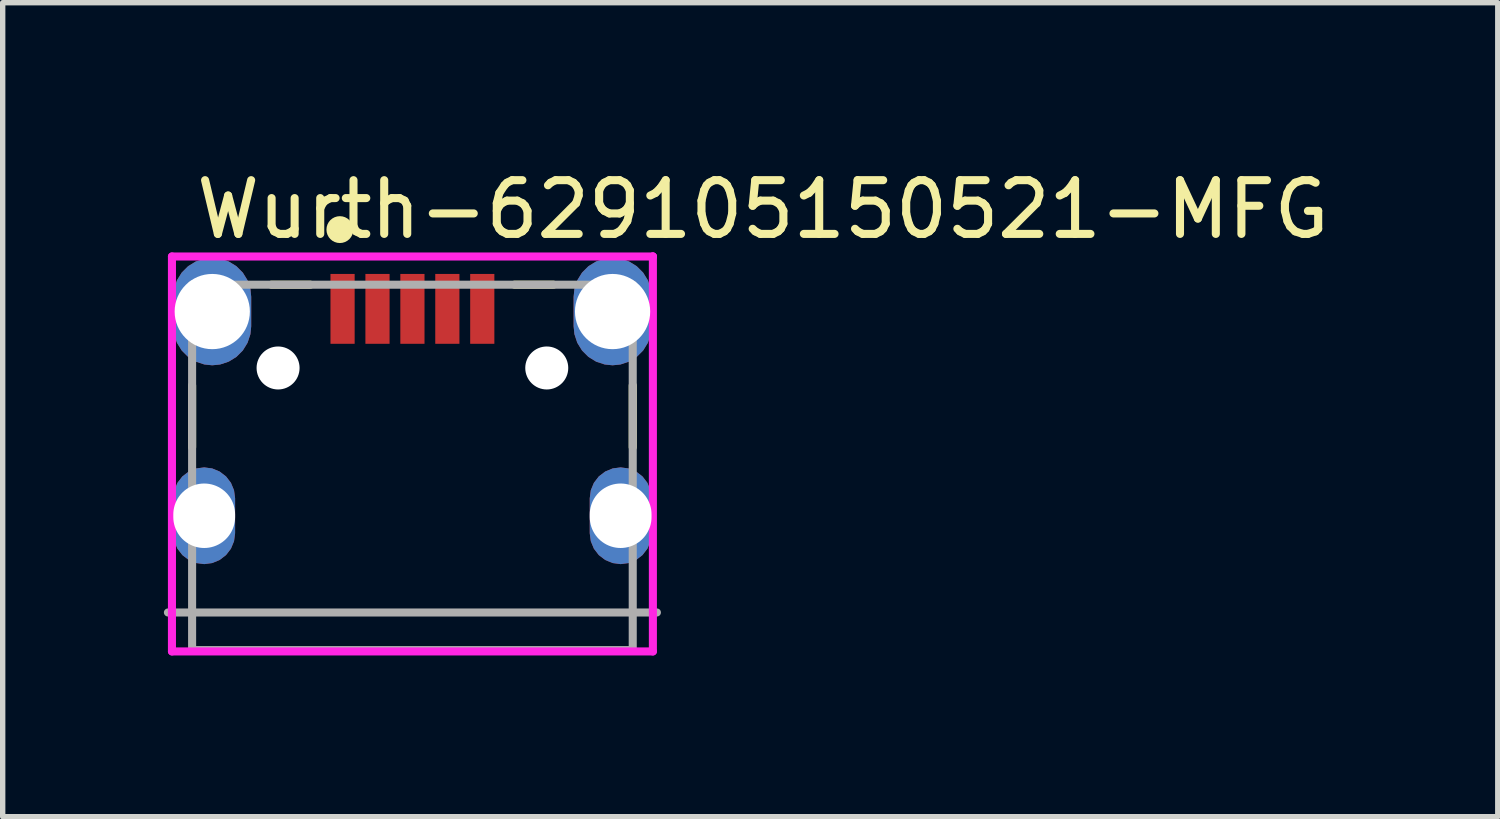
<source format=kicad_pcb>
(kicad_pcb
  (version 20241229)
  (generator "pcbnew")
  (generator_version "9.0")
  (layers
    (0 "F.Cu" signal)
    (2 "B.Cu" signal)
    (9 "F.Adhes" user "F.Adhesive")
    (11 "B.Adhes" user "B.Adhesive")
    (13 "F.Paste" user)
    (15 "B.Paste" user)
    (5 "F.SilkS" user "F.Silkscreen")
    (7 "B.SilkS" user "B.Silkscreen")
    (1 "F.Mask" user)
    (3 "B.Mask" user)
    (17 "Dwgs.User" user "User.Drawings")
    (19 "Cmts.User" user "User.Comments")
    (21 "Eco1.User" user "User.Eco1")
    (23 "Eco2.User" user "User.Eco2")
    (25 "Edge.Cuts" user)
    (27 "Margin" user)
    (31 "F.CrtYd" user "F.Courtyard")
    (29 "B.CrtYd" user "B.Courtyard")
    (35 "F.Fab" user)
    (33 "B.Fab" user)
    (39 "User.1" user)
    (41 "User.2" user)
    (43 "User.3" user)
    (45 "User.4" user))
  (footprint "Wurth-629105150521-MFG"
    (layer "F.Cu")
    (at 4.625 5.648)
    (property "Reference" "Wurth-629105150521-MFG" (at -4.1 -4.8 0) (layer "F.SilkS") (effects (font (size 1 1) (thickness 0.15)) (justify left)))
    (attr through_hole)
    (fp_line (start -4.1 -0.375) (end -4.1 -1.525) (stroke (width 0.15) (type solid)) (layer "F.SilkS"))
    (fp_line (start -2.625 -3.4) (end -1.9 -3.4) (stroke (width 0.15) (type solid)) (layer "F.SilkS"))
    (fp_line (start 1.9 -3.4) (end 2.625 -3.4) (stroke (width 0.15) (type solid)) (layer "F.SilkS"))
    (fp_line (start 4.1 -0.375) (end 4.1 -1.525) (stroke (width 0.15) (type solid)) (layer "F.SilkS"))
    (fp_circle (center -1.35 -4.425) (end -1.225 -4.425) (stroke (width 0.25) (type solid)) (fill no) (layer "F.SilkS"))
    (fp_line (start -4.475 -3.925) (end -4.475 3.425) (stroke (width 0.15) (type solid)) (layer "F.CrtYd"))
    (fp_line (start -4.475 3.425) (end 4.475 3.425) (stroke (width 0.15) (type solid)) (layer "F.CrtYd"))
    (fp_line (start 4.475 -3.925) (end -4.475 -3.925) (stroke (width 0.15) (type solid)) (layer "F.CrtYd"))
    (fp_line (start 4.475 -3.925) (end 4.475 -3.925) (stroke (width 0.15) (type solid)) (layer "F.CrtYd"))
    (fp_line (start 4.475 3.425) (end 4.475 -3.925) (stroke (width 0.15) (type solid)) (layer "F.CrtYd"))
    (fp_line (start -4.55 2.7) (end 4.55 2.7) (stroke (width 0.15) (type solid)) (layer "F.Fab"))
    (fp_line (start -4.1 -3.4) (end 4.1 -3.4) (stroke (width 0.15) (type solid)) (layer "F.Fab"))
    (fp_line (start -4.1 3.4) (end -4.1 -3.4) (stroke (width 0.15) (type solid)) (layer "F.Fab"))
    (fp_line (start 4.1 -3.4) (end 4.1 3.4) (stroke (width 0.15) (type solid)) (layer "F.Fab"))
    (fp_line (start 4.1 3.4) (end -4.1 3.4) (stroke (width 0.15) (type solid)) (layer "F.Fab"))
    (pad "" np_thru_hole circle (at -2.5 -1.85) (size 0.8 0.8) (drill 0.8) (layers "*.Cu" "*.Mask"))
    (pad "" np_thru_hole circle (at 2.5 -1.85) (size 0.8 0.8) (drill 0.8) (layers "*.Cu" "*.Mask"))
    (pad "1" smd rect (at -1.3 -2.95) (size 0.45 1.3) (layers "F.Cu" "F.Mask" "F.Paste"))
    (pad "2" smd rect (at -0.65 -2.95) (size 0.45 1.3) (layers "F.Cu" "F.Mask" "F.Paste"))
    (pad "3" smd rect (at 0 -2.95) (size 0.45 1.3) (layers "F.Cu" "F.Mask" "F.Paste"))
    (pad "4" smd rect (at 0.65 -2.95) (size 0.45 1.3) (layers "F.Cu" "F.Mask" "F.Paste"))
    (pad "5" smd rect (at 1.3 -2.95) (size 0.45 1.3) (layers "F.Cu" "F.Mask" "F.Paste"))
    (pad "6" thru_hole roundrect (at -3.725 -2.9) (size 1.45 2) (drill oval 1.4) (layers "*.Cu") (roundrect_rratio 0.5))
    (pad "7" thru_hole roundrect (at 3.725 -2.9) (size 1.45 2) (drill oval 1.4) (layers "*.Cu") (roundrect_rratio 0.5))
    (pad "8" thru_hole roundrect (at -3.875 0.9) (size 1.15 1.8) (drill oval 1.2) (layers "*.Cu") (roundrect_rratio 0.5))
    (pad "9" thru_hole roundrect (at 3.875 0.9) (size 1.15 1.8) (drill oval 1.2) (layers "*.Cu") (roundrect_rratio 0.5)))
  (gr_rect
    (start -3 -3)
    (end 24.823 12.148)
    (stroke (width 0.1) (type default))
    (fill no)
    (layer "Edge.Cuts")))
</source>
